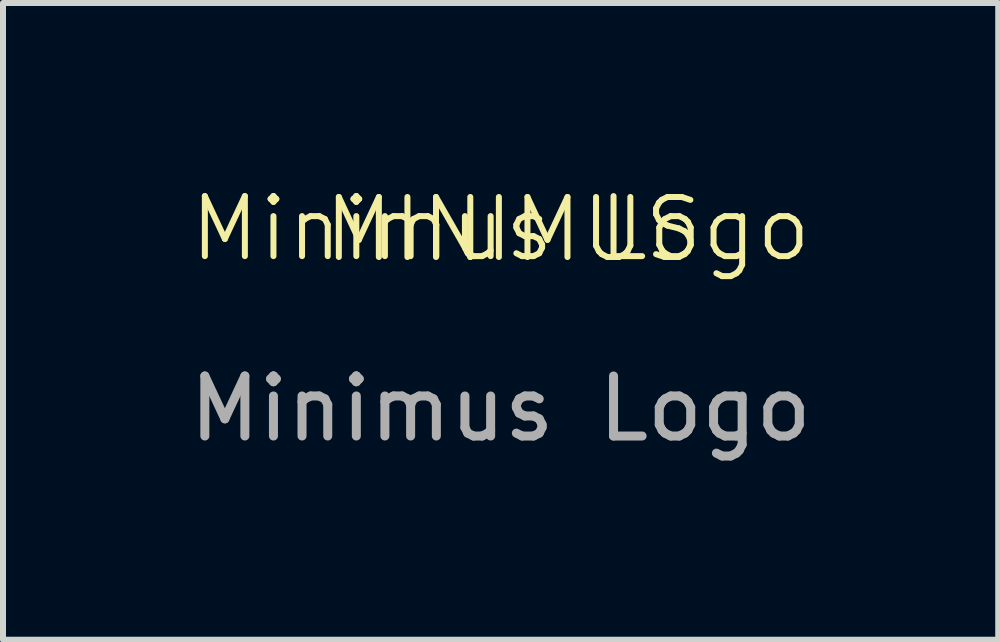
<source format=kicad_pcb>
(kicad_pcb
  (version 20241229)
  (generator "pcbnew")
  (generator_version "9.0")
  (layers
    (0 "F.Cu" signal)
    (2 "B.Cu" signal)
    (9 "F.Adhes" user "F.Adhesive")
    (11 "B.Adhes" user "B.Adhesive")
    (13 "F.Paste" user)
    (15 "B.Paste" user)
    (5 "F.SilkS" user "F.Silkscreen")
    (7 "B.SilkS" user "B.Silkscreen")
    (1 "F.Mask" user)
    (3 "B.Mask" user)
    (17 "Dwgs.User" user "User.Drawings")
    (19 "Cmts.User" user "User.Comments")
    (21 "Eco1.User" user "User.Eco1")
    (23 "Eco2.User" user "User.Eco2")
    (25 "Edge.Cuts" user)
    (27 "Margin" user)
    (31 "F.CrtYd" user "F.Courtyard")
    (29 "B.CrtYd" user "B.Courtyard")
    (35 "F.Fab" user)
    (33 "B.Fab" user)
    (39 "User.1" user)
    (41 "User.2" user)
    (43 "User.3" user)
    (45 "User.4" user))
  (footprint "Minimus Logo"
    (layer "F.Cu")
    (at 5.292 1.26)
    (property "Reference" "Minimus Logo" (at 0 -0.5 0) (unlocked yes) (layer "F.SilkS") (effects (font (size 1 1) (thickness 0.1))))
    (attr smd)
    (fp_text user "MINIMUS" (at -3 0.1 0) (unlocked yes) (layer "F.SilkS") (effects (font (size 1 1) (thickness 0.1)) (justify left bottom)))
    (fp_text user "${REFERENCE}" (at 0 2.5 0) (unlocked yes) (layer "F.Fab") (effects (font (size 1 1) (thickness 0.15)))))
  (gr_rect
    (start -3 -3)
    (end 13.583 7.609)
    (stroke (width 0.1) (type default))
    (fill no)
    (layer "Edge.Cuts")))
</source>
